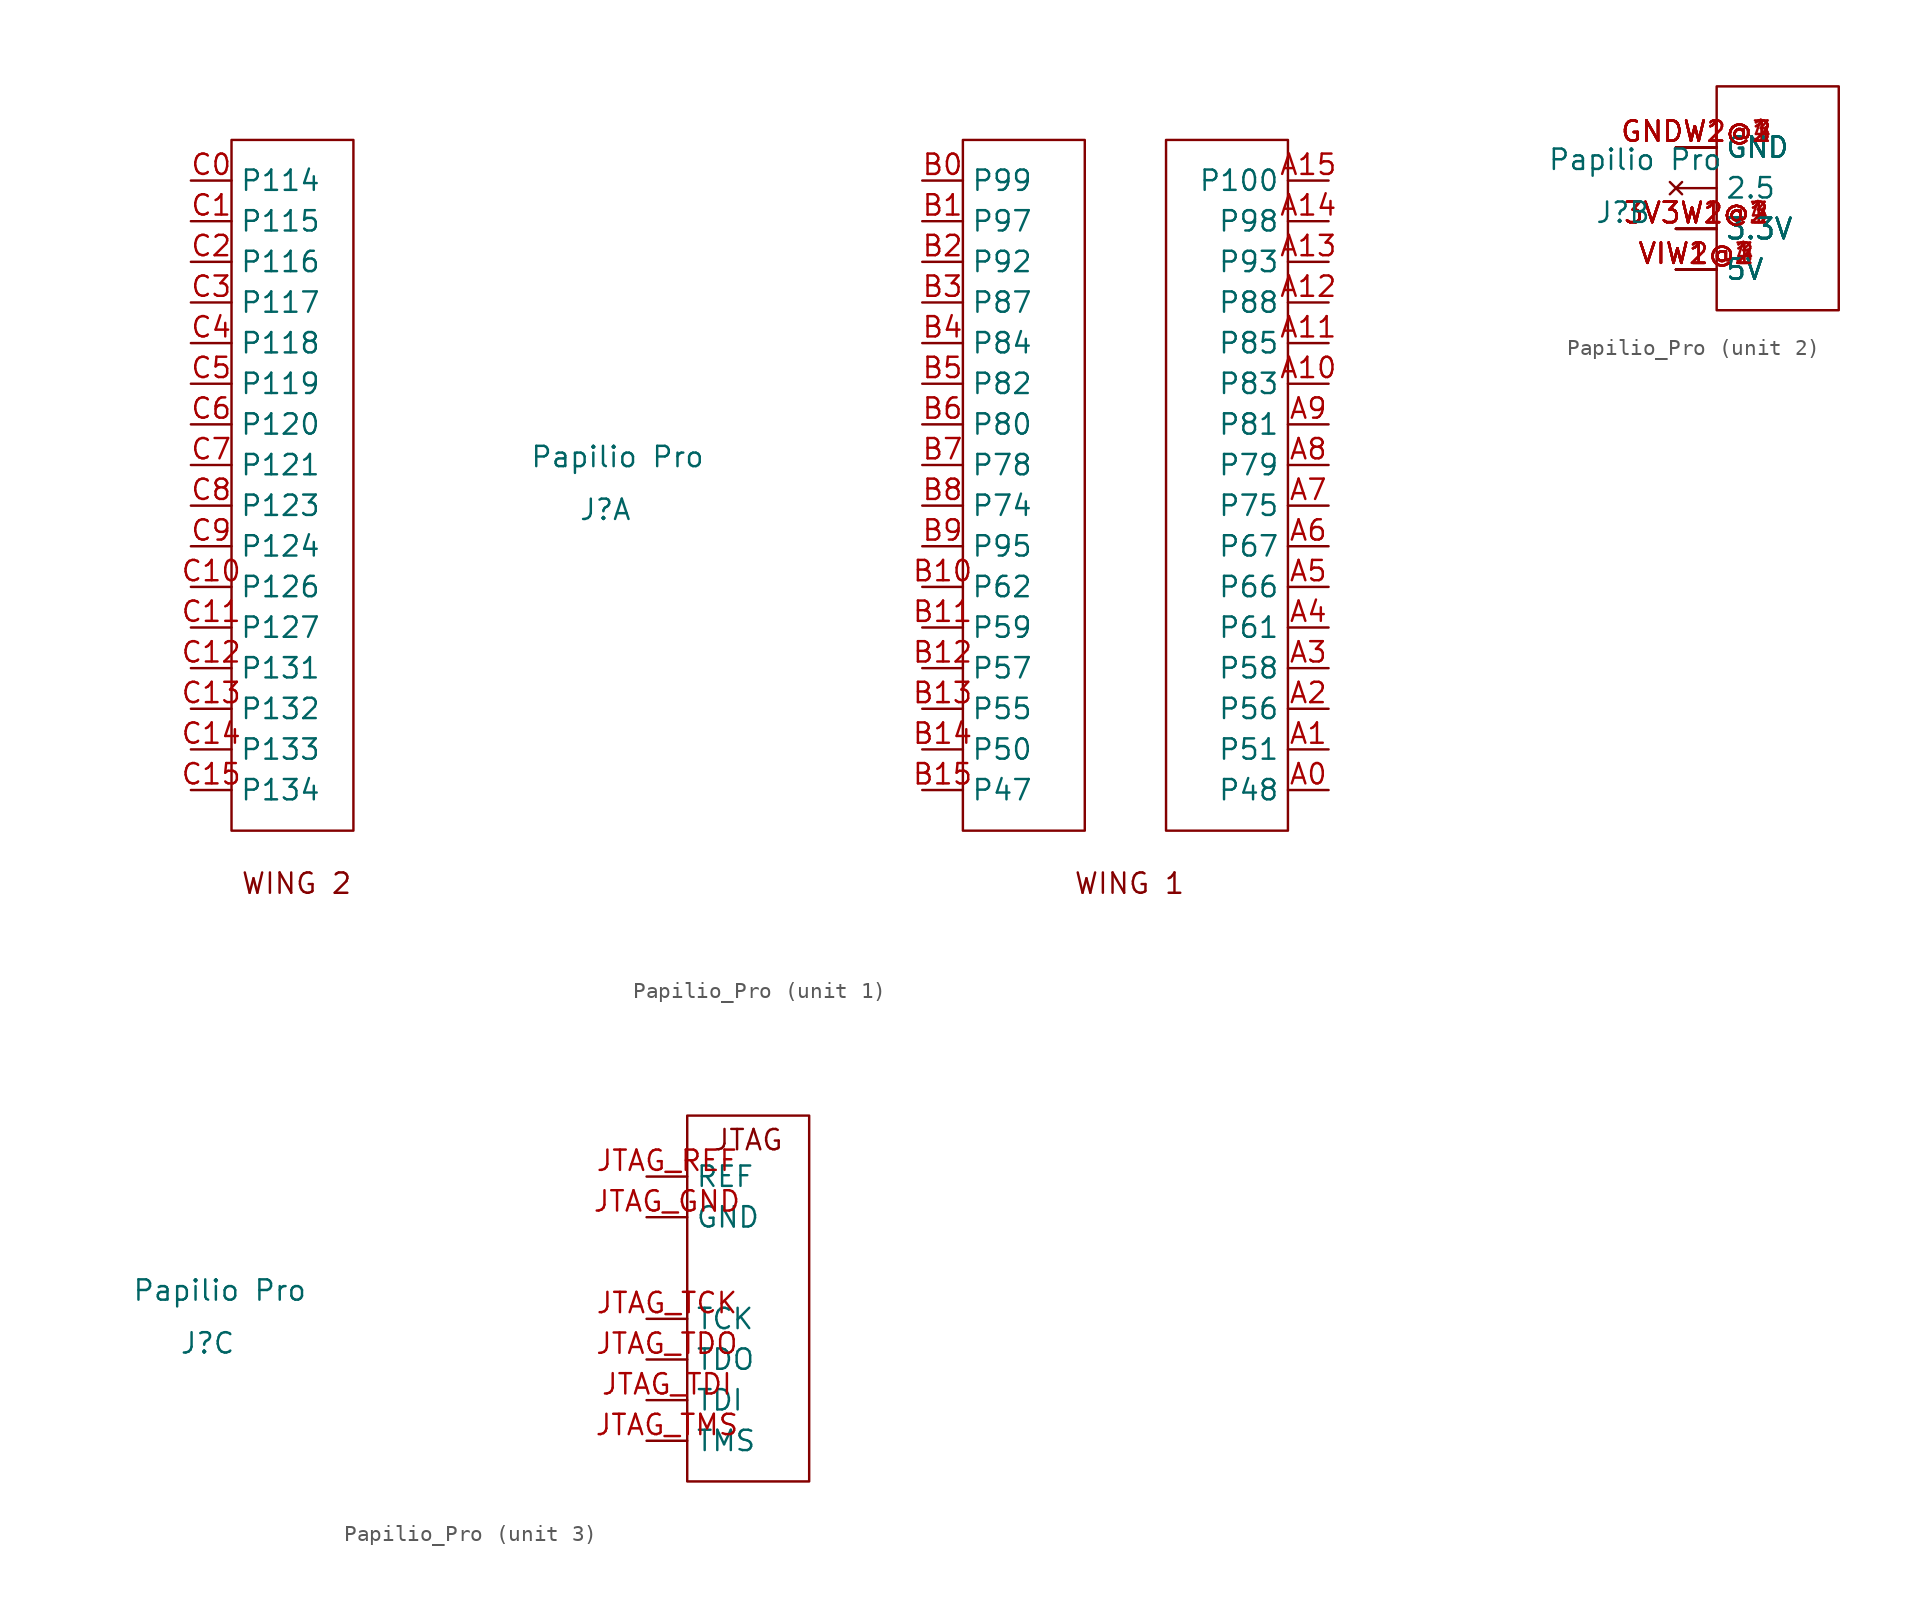
<source format=kicad_sym>
(kicad_symbol_lib
  (version 20231120)
  (generator "kicad_symbol_editor")
  (generator_version "8.0")
  (symbol "Papilio_Pro"
    (property "Reference" "J"
      (at -33.782 -1.524 0)
      (effects (font (size 1.27 1.27))))
    (property "Value" "Papilio Pro"
      (at -33.02 1.778 0)
      (effects (font (size 1.27 1.27))))
    (property "ki_locked" ""
      (at 0 0 0)
      (effects (font (size 1.27 1.27))))
    (symbol "Papilio_Pro_1_1"
      (rectangle (start -57.15 21.59) (end -49.53 -21.59) (stroke (width 0) (type default)) (fill (type none)))
      (rectangle (start -11.43 21.59) (end -3.81 -21.59) (stroke (width 0) (type default)) (fill (type none)))
      (rectangle (start 8.89 -21.59) (end 1.27 21.59) (stroke (width 0) (type default)) (fill (type none)))
      (text "WING 1" (at -1.016 -24.892 0) (effects (font (size 1.27 1.27))))
      (text "WING 2" (at -53.086 -24.892 0) (effects (font (size 1.27 1.27))))
      (pin input line (at 11.43 -19.05 180) (length 2.54) (name "P48" (effects (font (size 1.27 1.27)))) (number "A0" (effects (font (size 1.27 1.27)))))
      (pin input line (at 11.43 -16.51 180) (length 2.54) (name "P51" (effects (font (size 1.27 1.27)))) (number "A1" (effects (font (size 1.27 1.27)))))
      (pin input line (at 11.43 6.35 180) (length 2.54) (name "P83" (effects (font (size 1.27 1.27)))) (number "A10" (effects (font (size 1.27 1.27)))))
      (pin input line (at 11.43 8.89 180) (length 2.54) (name "P85" (effects (font (size 1.27 1.27)))) (number "A11" (effects (font (size 1.27 1.27)))))
      (pin input line (at 11.43 11.43 180) (length 2.54) (name "P88" (effects (font (size 1.27 1.27)))) (number "A12" (effects (font (size 1.27 1.27)))))
      (pin input line (at 11.43 13.97 180) (length 2.54) (name "P93" (effects (font (size 1.27 1.27)))) (number "A13" (effects (font (size 1.27 1.27)))))
      (pin input line (at 11.43 16.51 180) (length 2.54) (name "P98" (effects (font (size 1.27 1.27)))) (number "A14" (effects (font (size 1.27 1.27)))))
      (pin input line (at 11.43 19.05 180) (length 2.54) (name "P100" (effects (font (size 1.27 1.27)))) (number "A15" (effects (font (size 1.27 1.27)))))
      (pin input line (at 11.43 -13.97 180) (length 2.54) (name "P56" (effects (font (size 1.27 1.27)))) (number "A2" (effects (font (size 1.27 1.27)))))
      (pin input line (at 11.43 -11.43 180) (length 2.54) (name "P58" (effects (font (size 1.27 1.27)))) (number "A3" (effects (font (size 1.27 1.27)))))
      (pin input line (at 11.43 -8.89 180) (length 2.54) (name "P61" (effects (font (size 1.27 1.27)))) (number "A4" (effects (font (size 1.27 1.27)))))
      (pin input line (at 11.43 -6.35 180) (length 2.54) (name "P66" (effects (font (size 1.27 1.27)))) (number "A5" (effects (font (size 1.27 1.27)))))
      (pin input line (at 11.43 -3.81 180) (length 2.54) (name "P67" (effects (font (size 1.27 1.27)))) (number "A6" (effects (font (size 1.27 1.27)))))
      (pin input line (at 11.43 -1.27 180) (length 2.54) (name "P75" (effects (font (size 1.27 1.27)))) (number "A7" (effects (font (size 1.27 1.27)))))
      (pin input line (at 11.43 1.27 180) (length 2.54) (name "P79" (effects (font (size 1.27 1.27)))) (number "A8" (effects (font (size 1.27 1.27)))))
      (pin input line (at 11.43 3.81 180) (length 2.54) (name "P81" (effects (font (size 1.27 1.27)))) (number "A9" (effects (font (size 1.27 1.27)))))
      (pin input line (at -13.97 19.05 0) (length 2.54) (name "P99" (effects (font (size 1.27 1.27)))) (number "B0" (effects (font (size 1.27 1.27)))))
      (pin input line (at -13.97 16.51 0) (length 2.54) (name "P97" (effects (font (size 1.27 1.27)))) (number "B1" (effects (font (size 1.27 1.27)))))
      (pin input line (at -13.97 -6.35 0) (length 2.54) (name "P62" (effects (font (size 1.27 1.27)))) (number "B10" (effects (font (size 1.27 1.27)))))
      (pin input line (at -13.97 -8.89 0) (length 2.54) (name "P59" (effects (font (size 1.27 1.27)))) (number "B11" (effects (font (size 1.27 1.27)))))
      (pin input line (at -13.97 -11.43 0) (length 2.54) (name "P57" (effects (font (size 1.27 1.27)))) (number "B12" (effects (font (size 1.27 1.27)))))
      (pin input line (at -13.97 -13.97 0) (length 2.54) (name "P55" (effects (font (size 1.27 1.27)))) (number "B13" (effects (font (size 1.27 1.27)))))
      (pin input line (at -13.97 -16.51 0) (length 2.54) (name "P50" (effects (font (size 1.27 1.27)))) (number "B14" (effects (font (size 1.27 1.27)))))
      (pin input line (at -13.97 -19.05 0) (length 2.54) (name "P47" (effects (font (size 1.27 1.27)))) (number "B15" (effects (font (size 1.27 1.27)))))
      (pin input line (at -13.97 13.97 0) (length 2.54) (name "P92" (effects (font (size 1.27 1.27)))) (number "B2" (effects (font (size 1.27 1.27)))))
      (pin input line (at -13.97 11.43 0) (length 2.54) (name "P87" (effects (font (size 1.27 1.27)))) (number "B3" (effects (font (size 1.27 1.27)))))
      (pin input line (at -13.97 8.89 0) (length 2.54) (name "P84" (effects (font (size 1.27 1.27)))) (number "B4" (effects (font (size 1.27 1.27)))))
      (pin input line (at -13.97 6.35 0) (length 2.54) (name "P82" (effects (font (size 1.27 1.27)))) (number "B5" (effects (font (size 1.27 1.27)))))
      (pin input line (at -13.97 3.81 0) (length 2.54) (name "P80" (effects (font (size 1.27 1.27)))) (number "B6" (effects (font (size 1.27 1.27)))))
      (pin input line (at -13.97 1.27 0) (length 2.54) (name "P78" (effects (font (size 1.27 1.27)))) (number "B7" (effects (font (size 1.27 1.27)))))
      (pin input line (at -13.97 -1.27 0) (length 2.54) (name "P74" (effects (font (size 1.27 1.27)))) (number "B8" (effects (font (size 1.27 1.27)))))
      (pin input line (at -13.97 -3.81 0) (length 2.54) (name "P95" (effects (font (size 1.27 1.27)))) (number "B9" (effects (font (size 1.27 1.27)))))
      (pin input line (at -59.69 19.05 0) (length 2.54) (name "P114" (effects (font (size 1.27 1.27)))) (number "C0" (effects (font (size 1.27 1.27)))))
      (pin input line (at -59.69 16.51 0) (length 2.54) (name "P115" (effects (font (size 1.27 1.27)))) (number "C1" (effects (font (size 1.27 1.27)))))
      (pin input line (at -59.69 -6.35 0) (length 2.54) (name "P126" (effects (font (size 1.27 1.27)))) (number "C10" (effects (font (size 1.27 1.27)))))
      (pin input line (at -59.69 -8.89 0) (length 2.54) (name "P127" (effects (font (size 1.27 1.27)))) (number "C11" (effects (font (size 1.27 1.27)))))
      (pin input line (at -59.69 -11.43 0) (length 2.54) (name "P131" (effects (font (size 1.27 1.27)))) (number "C12" (effects (font (size 1.27 1.27)))))
      (pin input line (at -59.69 -13.97 0) (length 2.54) (name "P132" (effects (font (size 1.27 1.27)))) (number "C13" (effects (font (size 1.27 1.27)))))
      (pin input line (at -59.69 -16.51 0) (length 2.54) (name "P133" (effects (font (size 1.27 1.27)))) (number "C14" (effects (font (size 1.27 1.27)))))
      (pin input line (at -59.69 -19.05 0) (length 2.54) (name "P134" (effects (font (size 1.27 1.27)))) (number "C15" (effects (font (size 1.27 1.27)))))
      (pin input line (at -59.69 13.97 0) (length 2.54) (name "P116" (effects (font (size 1.27 1.27)))) (number "C2" (effects (font (size 1.27 1.27)))))
      (pin input line (at -59.69 11.43 0) (length 2.54) (name "P117" (effects (font (size 1.27 1.27)))) (number "C3" (effects (font (size 1.27 1.27)))))
      (pin input line (at -59.69 8.89 0) (length 2.54) (name "P118" (effects (font (size 1.27 1.27)))) (number "C4" (effects (font (size 1.27 1.27)))))
      (pin input line (at -59.69 6.35 0) (length 2.54) (name "P119" (effects (font (size 1.27 1.27)))) (number "C5" (effects (font (size 1.27 1.27)))))
      (pin input line (at -59.69 3.81 0) (length 2.54) (name "P120" (effects (font (size 1.27 1.27)))) (number "C6" (effects (font (size 1.27 1.27)))))
      (pin input line (at -59.69 1.27 0) (length 2.54) (name "P121" (effects (font (size 1.27 1.27)))) (number "C7" (effects (font (size 1.27 1.27)))))
      (pin input line (at -59.69 -1.27 0) (length 2.54) (name "P123" (effects (font (size 1.27 1.27)))) (number "C8" (effects (font (size 1.27 1.27)))))
      (pin input line (at -59.69 -3.81 0) (length 2.54) (name "P124" (effects (font (size 1.27 1.27)))) (number "C9" (effects (font (size 1.27 1.27))))))
    (symbol "Papilio_Pro_2_1"
      (rectangle (start -27.94 6.35) (end -20.32 -7.62) (stroke (width 0) (type default)) (fill (type none)))
      (pin no_connect line (at -30.48 0 0) (length 2.54) (name "2.5" (effects (font (size 1.27 1.27)))) (number "" (effects (font (size 1.27 1.27)))))
      (pin power_in line (at -30.48 -2.54 0) (length 2.54) (name "3.3V" (effects (font (size 1.27 1.27)))) (number "3V3W1@1" (effects (font (size 1.27 1.27)))))
      (pin power_in line (at -30.48 -2.54 0) (length 2.54) (name "3.3V" (effects (font (size 1.27 1.27)))) (number "3V3W1@2" (effects (font (size 1.27 1.27)))))
      (pin power_in line (at -30.48 -2.54 0) (length 2.54) (name "3.3V" (effects (font (size 1.27 1.27)))) (number "3V3W1@3" (effects (font (size 1.27 1.27)))))
      (pin power_in line (at -30.48 -2.54 0) (length 2.54) (name "3.3V" (effects (font (size 1.27 1.27)))) (number "3V3W1@4" (effects (font (size 1.27 1.27)))))
      (pin power_in line (at -30.48 -2.54 0) (length 2.54) (name "3.3V" (effects (font (size 1.27 1.27)))) (number "3V3W2@1" (effects (font (size 1.27 1.27)))))
      (pin power_in line (at -30.48 -2.54 0) (length 2.54) (name "3.3V" (effects (font (size 1.27 1.27)))) (number "3V3W2@2" (effects (font (size 1.27 1.27)))))
      (pin input line (at -30.48 2.54 0) (length 2.54) (name "GND" (effects (font (size 1.27 1.27)))) (number "GNDW1@1" (effects (font (size 1.27 1.27)))))
      (pin input line (at -30.48 2.54 0) (length 2.54) (name "GND" (effects (font (size 1.27 1.27)))) (number "GNDW1@2" (effects (font (size 1.27 1.27)))))
      (pin input line (at -30.48 2.54 0) (length 2.54) (name "GND" (effects (font (size 1.27 1.27)))) (number "GNDW1@3" (effects (font (size 1.27 1.27)))))
      (pin input line (at -30.48 2.54 0) (length 2.54) (name "GND" (effects (font (size 1.27 1.27)))) (number "GNDW1@4" (effects (font (size 1.27 1.27)))))
      (pin input line (at -30.48 2.54 0) (length 2.54) (name "GND" (effects (font (size 1.27 1.27)))) (number "GNDW2@1" (effects (font (size 1.27 1.27)))))
      (pin input line (at -30.48 2.54 0) (length 2.54) (name "GND" (effects (font (size 1.27 1.27)))) (number "GNDW2@2" (effects (font (size 1.27 1.27)))))
      (pin power_in line (at -30.48 -5.08 0) (length 2.54) (name "5V" (effects (font (size 1.27 1.27)))) (number "VIW1@1" (effects (font (size 1.27 1.27)))))
      (pin power_in line (at -30.48 -5.08 0) (length 2.54) (name "5V" (effects (font (size 1.27 1.27)))) (number "VIW1@2" (effects (font (size 1.27 1.27)))))
      (pin power_in line (at -30.48 -5.08 0) (length 2.54) (name "5V" (effects (font (size 1.27 1.27)))) (number "VIW1@3" (effects (font (size 1.27 1.27)))))
      (pin power_in line (at -30.48 -5.08 0) (length 2.54) (name "5V" (effects (font (size 1.27 1.27)))) (number "VIW1@4" (effects (font (size 1.27 1.27)))))
      (pin power_in line (at -30.48 -5.08 0) (length 2.54) (name "5V" (effects (font (size 1.27 1.27)))) (number "VIW2@1" (effects (font (size 1.27 1.27)))))
      (pin power_in line (at -30.48 -5.08 0) (length 2.54) (name "5V" (effects (font (size 1.27 1.27)))) (number "VIW2@2" (effects (font (size 1.27 1.27))))))
    (symbol "Papilio_Pro_3_1"
      (rectangle (start -3.81 12.7) (end 3.81 -10.16) (stroke (width 0) (type default)) (fill (type none)))
      (text "JTAG" (at 0 11.176 0) (effects (font (size 1.27 1.27))))
      (pin power_in line (at -6.35 6.35 0) (length 2.54) (name "GND" (effects (font (size 1.27 1.27)))) (number "JTAG_GND" (effects (font (size 1.27 1.27)))))
      (pin power_in line (at -6.35 8.89 0) (length 2.54) (name "REF" (effects (font (size 1.27 1.27)))) (number "JTAG_REF" (effects (font (size 1.27 1.27)))))
      (pin bidirectional line (at -6.35 0 0) (length 2.54) (name "TCK" (effects (font (size 1.27 1.27)))) (number "JTAG_TCK" (effects (font (size 1.27 1.27)))))
      (pin bidirectional line (at -6.35 -5.08 0) (length 2.54) (name "TDI" (effects (font (size 1.27 1.27)))) (number "JTAG_TDI" (effects (font (size 1.27 1.27)))))
      (pin bidirectional line (at -6.35 -2.54 0) (length 2.54) (name "TDO" (effects (font (size 1.27 1.27)))) (number "JTAG_TDO" (effects (font (size 1.27 1.27)))))
      (pin bidirectional line (at -6.35 -7.62 0) (length 2.54) (name "TMS" (effects (font (size 1.27 1.27)))) (number "JTAG_TMS" (effects (font (size 1.27 1.27))))))))
</source>
